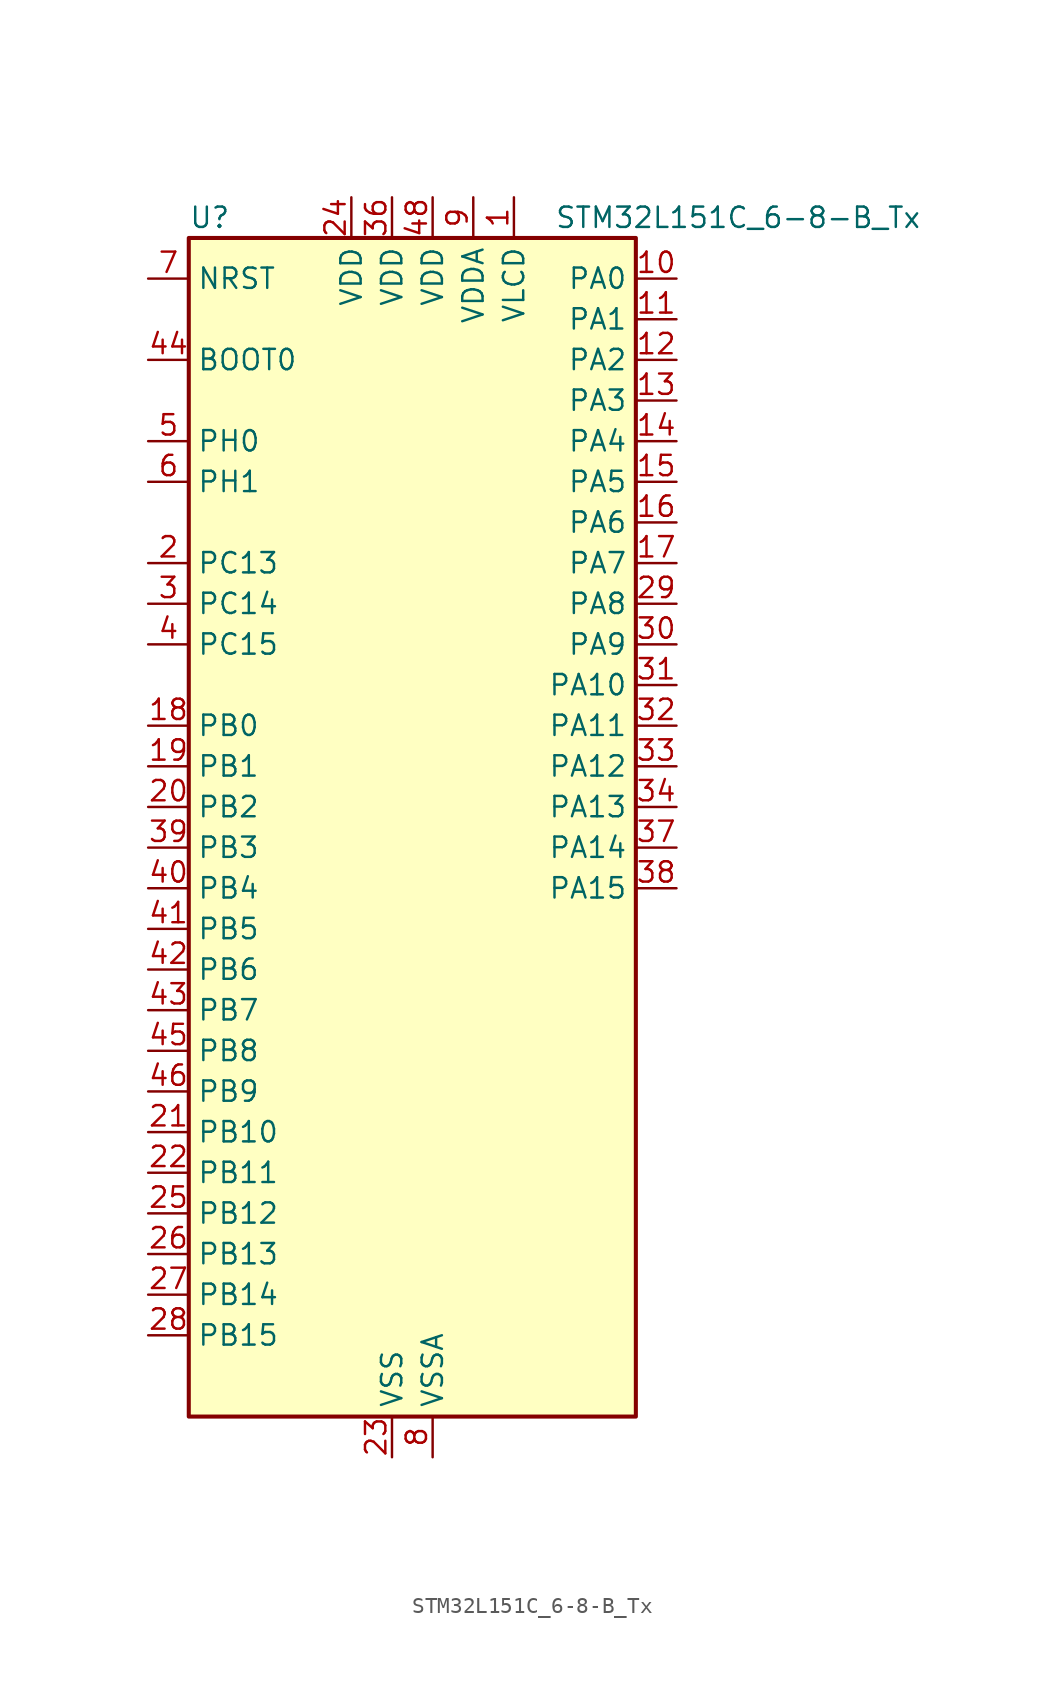
<source format=kicad_sym>
(kicad_symbol_lib
  (version 20231120)
  (generator "kicad_symbol_editor")
  (generator_version "8.0")
  (symbol "STM32L151C_6-8-B_Tx"
    (property "Reference" "U"
      (at -12.7 39.37 0)
      (effects (font (size 1.27 1.27)) (justify left)))
    (property "Value" "STM32L151C_6-8-B_Tx"
      (at 10.16 39.37 0)
      (effects (font (size 1.27 1.27)) (justify left)))
    (property "ki_locked" ""
      (at 0 0 0)
      (effects (font (size 1.27 1.27))))
    (symbol "STM32L151C_6-8-B_Tx_0_1"
      (rectangle (start -12.7 -35.56) (end 15.24 38.1) (stroke (width 0.254) (type default)) (fill (type background))))
    (symbol "STM32L151C_6-8-B_Tx_1_1"
      (pin power_in line (at 7.62 40.64 270) (length 2.54) (name "VLCD" (effects (font (size 1.27 1.27)))) (number "1" (effects (font (size 1.27 1.27)))))
      (pin bidirectional line (at 17.78 35.56 180) (length 2.54) (name "PA0" (effects (font (size 1.27 1.27)))) (number "10" (effects (font (size 1.27 1.27)))) (alternate "ADC_IN0" bidirectional line) (alternate "COMP1_INP" bidirectional line) (alternate "SYS_WKUP1" bidirectional line) (alternate "TIM2_CH1" bidirectional line) (alternate "TIM2_ETR" bidirectional line) (alternate "TIMX_IC1" bidirectional line) (alternate "TS_G1_IO1" bidirectional line) (alternate "USART2_CTS" bidirectional line))
      (pin bidirectional line (at 17.78 33.02 180) (length 2.54) (name "PA1" (effects (font (size 1.27 1.27)))) (number "11" (effects (font (size 1.27 1.27)))) (alternate "ADC_IN1" bidirectional line) (alternate "COMP1_INP" bidirectional line) (alternate "TIM2_CH2" bidirectional line) (alternate "TIMX_IC2" bidirectional line) (alternate "TS_G1_IO2" bidirectional line) (alternate "USART2_RTS" bidirectional line))
      (pin bidirectional line (at 17.78 30.48 180) (length 2.54) (name "PA2" (effects (font (size 1.27 1.27)))) (number "12" (effects (font (size 1.27 1.27)))) (alternate "ADC_IN2" bidirectional line) (alternate "COMP1_INP" bidirectional line) (alternate "TIM2_CH3" bidirectional line) (alternate "TIM9_CH1" bidirectional line) (alternate "TIMX_IC3" bidirectional line) (alternate "TS_G1_IO3" bidirectional line) (alternate "USART2_TX" bidirectional line))
      (pin bidirectional line (at 17.78 27.94 180) (length 2.54) (name "PA3" (effects (font (size 1.27 1.27)))) (number "13" (effects (font (size 1.27 1.27)))) (alternate "ADC_IN3" bidirectional line) (alternate "COMP1_INP" bidirectional line) (alternate "TIM2_CH4" bidirectional line) (alternate "TIM9_CH2" bidirectional line) (alternate "TIMX_IC4" bidirectional line) (alternate "TS_G1_IO4" bidirectional line) (alternate "USART2_RX" bidirectional line))
      (pin bidirectional line (at 17.78 25.4 180) (length 2.54) (name "PA4" (effects (font (size 1.27 1.27)))) (number "14" (effects (font (size 1.27 1.27)))) (alternate "ADC_IN4" bidirectional line) (alternate "COMP1_INP" bidirectional line) (alternate "DAC_OUT1" bidirectional line) (alternate "SPI1_NSS" bidirectional line) (alternate "TIMX_IC1" bidirectional line) (alternate "USART2_CK" bidirectional line))
      (pin bidirectional line (at 17.78 22.86 180) (length 2.54) (name "PA5" (effects (font (size 1.27 1.27)))) (number "15" (effects (font (size 1.27 1.27)))) (alternate "ADC_IN5" bidirectional line) (alternate "COMP1_INP" bidirectional line) (alternate "DAC_OUT2" bidirectional line) (alternate "SPI1_SCK" bidirectional line) (alternate "TIM2_CH1" bidirectional line) (alternate "TIM2_ETR" bidirectional line) (alternate "TIMX_IC2" bidirectional line))
      (pin bidirectional line (at 17.78 20.32 180) (length 2.54) (name "PA6" (effects (font (size 1.27 1.27)))) (number "16" (effects (font (size 1.27 1.27)))) (alternate "ADC_IN6" bidirectional line) (alternate "COMP1_INP" bidirectional line) (alternate "SPI1_MISO" bidirectional line) (alternate "TIM10_CH1" bidirectional line) (alternate "TIM3_CH1" bidirectional line) (alternate "TIMX_IC3" bidirectional line) (alternate "TS_G2_IO1" bidirectional line))
      (pin bidirectional line (at 17.78 17.78 180) (length 2.54) (name "PA7" (effects (font (size 1.27 1.27)))) (number "17" (effects (font (size 1.27 1.27)))) (alternate "ADC_IN7" bidirectional line) (alternate "COMP1_INP" bidirectional line) (alternate "SPI1_MOSI" bidirectional line) (alternate "TIM11_CH1" bidirectional line) (alternate "TIM3_CH2" bidirectional line) (alternate "TIMX_IC4" bidirectional line) (alternate "TS_G2_IO2" bidirectional line))
      (pin bidirectional line (at -15.24 7.62 0) (length 2.54) (name "PB0" (effects (font (size 1.27 1.27)))) (number "18" (effects (font (size 1.27 1.27)))) (alternate "ADC_IN8" bidirectional line) (alternate "COMP1_INP" bidirectional line) (alternate "SYS_V_REF_OUT" bidirectional line) (alternate "TIM3_CH3" bidirectional line) (alternate "TS_G3_IO1" bidirectional line))
      (pin bidirectional line (at -15.24 5.08 0) (length 2.54) (name "PB1" (effects (font (size 1.27 1.27)))) (number "19" (effects (font (size 1.27 1.27)))) (alternate "ADC_IN9" bidirectional line) (alternate "COMP1_INP" bidirectional line) (alternate "SYS_V_REF_OUT" bidirectional line) (alternate "TIM3_CH4" bidirectional line) (alternate "TS_G3_IO2" bidirectional line))
      (pin bidirectional line (at -15.24 17.78 0) (length 2.54) (name "PC13" (effects (font (size 1.27 1.27)))) (number "2" (effects (font (size 1.27 1.27)))) (alternate "RTC_OUT_ALARM" bidirectional line) (alternate "RTC_OUT_CALIB" bidirectional line) (alternate "RTC_TAMP1" bidirectional line) (alternate "RTC_TS" bidirectional line) (alternate "SYS_WKUP2" bidirectional line) (alternate "TIMX_IC2" bidirectional line))
      (pin bidirectional line (at -15.24 2.54 0) (length 2.54) (name "PB2" (effects (font (size 1.27 1.27)))) (number "20" (effects (font (size 1.27 1.27)))))
      (pin bidirectional line (at -15.24 -17.78 0) (length 2.54) (name "PB10" (effects (font (size 1.27 1.27)))) (number "21" (effects (font (size 1.27 1.27)))) (alternate "I2C2_SCL" bidirectional line) (alternate "TIM2_CH3" bidirectional line) (alternate "USART3_TX" bidirectional line))
      (pin bidirectional line (at -15.24 -20.32 0) (length 2.54) (name "PB11" (effects (font (size 1.27 1.27)))) (number "22" (effects (font (size 1.27 1.27)))) (alternate "ADC_EXTI11" bidirectional line) (alternate "I2C2_SDA" bidirectional line) (alternate "TIM2_CH4" bidirectional line) (alternate "USART3_RX" bidirectional line))
      (pin power_in line (at 0 -38.1 90) (length 2.54) (name "VSS" (effects (font (size 1.27 1.27)))) (number "23" (effects (font (size 1.27 1.27)))))
      (pin power_in line (at -2.54 40.64 270) (length 2.54) (name "VDD" (effects (font (size 1.27 1.27)))) (number "24" (effects (font (size 1.27 1.27)))))
      (pin bidirectional line (at -15.24 -22.86 0) (length 2.54) (name "PB12" (effects (font (size 1.27 1.27)))) (number "25" (effects (font (size 1.27 1.27)))) (alternate "ADC_IN18" bidirectional line) (alternate "COMP1_INP" bidirectional line) (alternate "I2C2_SMBA" bidirectional line) (alternate "SPI2_NSS" bidirectional line) (alternate "TIM10_CH1" bidirectional line) (alternate "TS_G7_IO1" bidirectional line) (alternate "USART3_CK" bidirectional line))
      (pin bidirectional line (at -15.24 -25.4 0) (length 2.54) (name "PB13" (effects (font (size 1.27 1.27)))) (number "26" (effects (font (size 1.27 1.27)))) (alternate "ADC_IN19" bidirectional line) (alternate "COMP1_INP" bidirectional line) (alternate "SPI2_SCK" bidirectional line) (alternate "TIM9_CH1" bidirectional line) (alternate "TS_G7_IO2" bidirectional line) (alternate "USART3_CTS" bidirectional line))
      (pin bidirectional line (at -15.24 -27.94 0) (length 2.54) (name "PB14" (effects (font (size 1.27 1.27)))) (number "27" (effects (font (size 1.27 1.27)))) (alternate "ADC_IN20" bidirectional line) (alternate "COMP1_INP" bidirectional line) (alternate "SPI2_MISO" bidirectional line) (alternate "TIM9_CH2" bidirectional line) (alternate "TS_G7_IO3" bidirectional line) (alternate "USART3_RTS" bidirectional line))
      (pin bidirectional line (at -15.24 -30.48 0) (length 2.54) (name "PB15" (effects (font (size 1.27 1.27)))) (number "28" (effects (font (size 1.27 1.27)))) (alternate "ADC_EXTI15" bidirectional line) (alternate "ADC_IN21" bidirectional line) (alternate "COMP1_INP" bidirectional line) (alternate "RTC_REFIN" bidirectional line) (alternate "SPI2_MOSI" bidirectional line) (alternate "TIM11_CH1" bidirectional line) (alternate "TS_G7_IO4" bidirectional line))
      (pin bidirectional line (at 17.78 15.24 180) (length 2.54) (name "PA8" (effects (font (size 1.27 1.27)))) (number "29" (effects (font (size 1.27 1.27)))) (alternate "RCC_MCO" bidirectional line) (alternate "TIMX_IC1" bidirectional line) (alternate "TS_G4_IO1" bidirectional line) (alternate "USART1_CK" bidirectional line))
      (pin bidirectional line (at -15.24 15.24 0) (length 2.54) (name "PC14" (effects (font (size 1.27 1.27)))) (number "3" (effects (font (size 1.27 1.27)))) (alternate "RCC_OSC32_IN" bidirectional line) (alternate "TIMX_IC3" bidirectional line))
      (pin bidirectional line (at 17.78 12.7 180) (length 2.54) (name "PA9" (effects (font (size 1.27 1.27)))) (number "30" (effects (font (size 1.27 1.27)))) (alternate "DAC_EXTI9" bidirectional line) (alternate "TIMX_IC2" bidirectional line) (alternate "TS_G4_IO2" bidirectional line) (alternate "USART1_TX" bidirectional line))
      (pin bidirectional line (at 17.78 10.16 180) (length 2.54) (name "PA10" (effects (font (size 1.27 1.27)))) (number "31" (effects (font (size 1.27 1.27)))) (alternate "TIMX_IC3" bidirectional line) (alternate "TS_G4_IO3" bidirectional line) (alternate "USART1_RX" bidirectional line))
      (pin bidirectional line (at 17.78 7.62 180) (length 2.54) (name "PA11" (effects (font (size 1.27 1.27)))) (number "32" (effects (font (size 1.27 1.27)))) (alternate "ADC_EXTI11" bidirectional line) (alternate "SPI1_MISO" bidirectional line) (alternate "TIMX_IC4" bidirectional line) (alternate "USART1_CTS" bidirectional line) (alternate "USB_DM" bidirectional line))
      (pin bidirectional line (at 17.78 5.08 180) (length 2.54) (name "PA12" (effects (font (size 1.27 1.27)))) (number "33" (effects (font (size 1.27 1.27)))) (alternate "SPI1_MOSI" bidirectional line) (alternate "TIMX_IC1" bidirectional line) (alternate "USART1_RTS" bidirectional line) (alternate "USB_DP" bidirectional line))
      (pin bidirectional line (at 17.78 2.54 180) (length 2.54) (name "PA13" (effects (font (size 1.27 1.27)))) (number "34" (effects (font (size 1.27 1.27)))) (alternate "SYS_JTMS-SWDIO" bidirectional line) (alternate "TIMX_IC2" bidirectional line) (alternate "TS_G5_IO1" bidirectional line))
      (pin passive line (at 0 -38.1 90) (length 2.54) hide (name "VSS" (effects (font (size 1.27 1.27)))) (number "35" (effects (font (size 1.27 1.27)))))
      (pin power_in line (at 0 40.64 270) (length 2.54) (name "VDD" (effects (font (size 1.27 1.27)))) (number "36" (effects (font (size 1.27 1.27)))))
      (pin bidirectional line (at 17.78 0 180) (length 2.54) (name "PA14" (effects (font (size 1.27 1.27)))) (number "37" (effects (font (size 1.27 1.27)))) (alternate "SYS_JTCK-SWCLK" bidirectional line) (alternate "TIMX_IC3" bidirectional line) (alternate "TS_G5_IO2" bidirectional line))
      (pin bidirectional line (at 17.78 -2.54 180) (length 2.54) (name "PA15" (effects (font (size 1.27 1.27)))) (number "38" (effects (font (size 1.27 1.27)))) (alternate "ADC_EXTI15" bidirectional line) (alternate "SPI1_NSS" bidirectional line) (alternate "SYS_JTDI" bidirectional line) (alternate "TIM2_CH1" bidirectional line) (alternate "TIM2_ETR" bidirectional line) (alternate "TIMX_IC4" bidirectional line) (alternate "TS_G5_IO3" bidirectional line))
      (pin bidirectional line (at -15.24 0 0) (length 2.54) (name "PB3" (effects (font (size 1.27 1.27)))) (number "39" (effects (font (size 1.27 1.27)))) (alternate "COMP2_INM" bidirectional line) (alternate "SPI1_SCK" bidirectional line) (alternate "SYS_JTDO-TRACESWO" bidirectional line) (alternate "TIM2_CH2" bidirectional line))
      (pin bidirectional line (at -15.24 12.7 0) (length 2.54) (name "PC15" (effects (font (size 1.27 1.27)))) (number "4" (effects (font (size 1.27 1.27)))) (alternate "ADC_EXTI15" bidirectional line) (alternate "RCC_OSC32_OUT" bidirectional line) (alternate "TIMX_IC4" bidirectional line))
      (pin bidirectional line (at -15.24 -2.54 0) (length 2.54) (name "PB4" (effects (font (size 1.27 1.27)))) (number "40" (effects (font (size 1.27 1.27)))) (alternate "COMP2_INP" bidirectional line) (alternate "SPI1_MISO" bidirectional line) (alternate "SYS_JTRST" bidirectional line) (alternate "TIM3_CH1" bidirectional line) (alternate "TS_G6_IO1" bidirectional line))
      (pin bidirectional line (at -15.24 -5.08 0) (length 2.54) (name "PB5" (effects (font (size 1.27 1.27)))) (number "41" (effects (font (size 1.27 1.27)))) (alternate "COMP2_INP" bidirectional line) (alternate "I2C1_SMBA" bidirectional line) (alternate "SPI1_MOSI" bidirectional line) (alternate "TIM3_CH2" bidirectional line) (alternate "TS_G6_IO2" bidirectional line))
      (pin bidirectional line (at -15.24 -7.62 0) (length 2.54) (name "PB6" (effects (font (size 1.27 1.27)))) (number "42" (effects (font (size 1.27 1.27)))) (alternate "I2C1_SCL" bidirectional line) (alternate "TIM4_CH1" bidirectional line) (alternate "USART1_TX" bidirectional line))
      (pin bidirectional line (at -15.24 -10.16 0) (length 2.54) (name "PB7" (effects (font (size 1.27 1.27)))) (number "43" (effects (font (size 1.27 1.27)))) (alternate "I2C1_SDA" bidirectional line) (alternate "SYS_PVD_IN" bidirectional line) (alternate "TIM4_CH2" bidirectional line) (alternate "USART1_RX" bidirectional line))
      (pin input line (at -15.24 30.48 0) (length 2.54) (name "BOOT0" (effects (font (size 1.27 1.27)))) (number "44" (effects (font (size 1.27 1.27)))))
      (pin bidirectional line (at -15.24 -12.7 0) (length 2.54) (name "PB8" (effects (font (size 1.27 1.27)))) (number "45" (effects (font (size 1.27 1.27)))) (alternate "I2C1_SCL" bidirectional line) (alternate "TIM10_CH1" bidirectional line) (alternate "TIM4_CH3" bidirectional line))
      (pin bidirectional line (at -15.24 -15.24 0) (length 2.54) (name "PB9" (effects (font (size 1.27 1.27)))) (number "46" (effects (font (size 1.27 1.27)))) (alternate "DAC_EXTI9" bidirectional line) (alternate "I2C1_SDA" bidirectional line) (alternate "TIM11_CH1" bidirectional line) (alternate "TIM4_CH4" bidirectional line))
      (pin passive line (at 0 -38.1 90) (length 2.54) hide (name "VSS" (effects (font (size 1.27 1.27)))) (number "47" (effects (font (size 1.27 1.27)))))
      (pin power_in line (at 2.54 40.64 270) (length 2.54) (name "VDD" (effects (font (size 1.27 1.27)))) (number "48" (effects (font (size 1.27 1.27)))))
      (pin bidirectional line (at -15.24 25.4 0) (length 2.54) (name "PH0" (effects (font (size 1.27 1.27)))) (number "5" (effects (font (size 1.27 1.27)))) (alternate "RCC_OSC_IN" bidirectional line))
      (pin bidirectional line (at -15.24 22.86 0) (length 2.54) (name "PH1" (effects (font (size 1.27 1.27)))) (number "6" (effects (font (size 1.27 1.27)))) (alternate "RCC_OSC_OUT" bidirectional line))
      (pin input line (at -15.24 35.56 0) (length 2.54) (name "NRST" (effects (font (size 1.27 1.27)))) (number "7" (effects (font (size 1.27 1.27)))))
      (pin power_in line (at 2.54 -38.1 90) (length 2.54) (name "VSSA" (effects (font (size 1.27 1.27)))) (number "8" (effects (font (size 1.27 1.27)))))
      (pin power_in line (at 5.08 40.64 270) (length 2.54) (name "VDDA" (effects (font (size 1.27 1.27)))) (number "9" (effects (font (size 1.27 1.27))))))))
</source>
